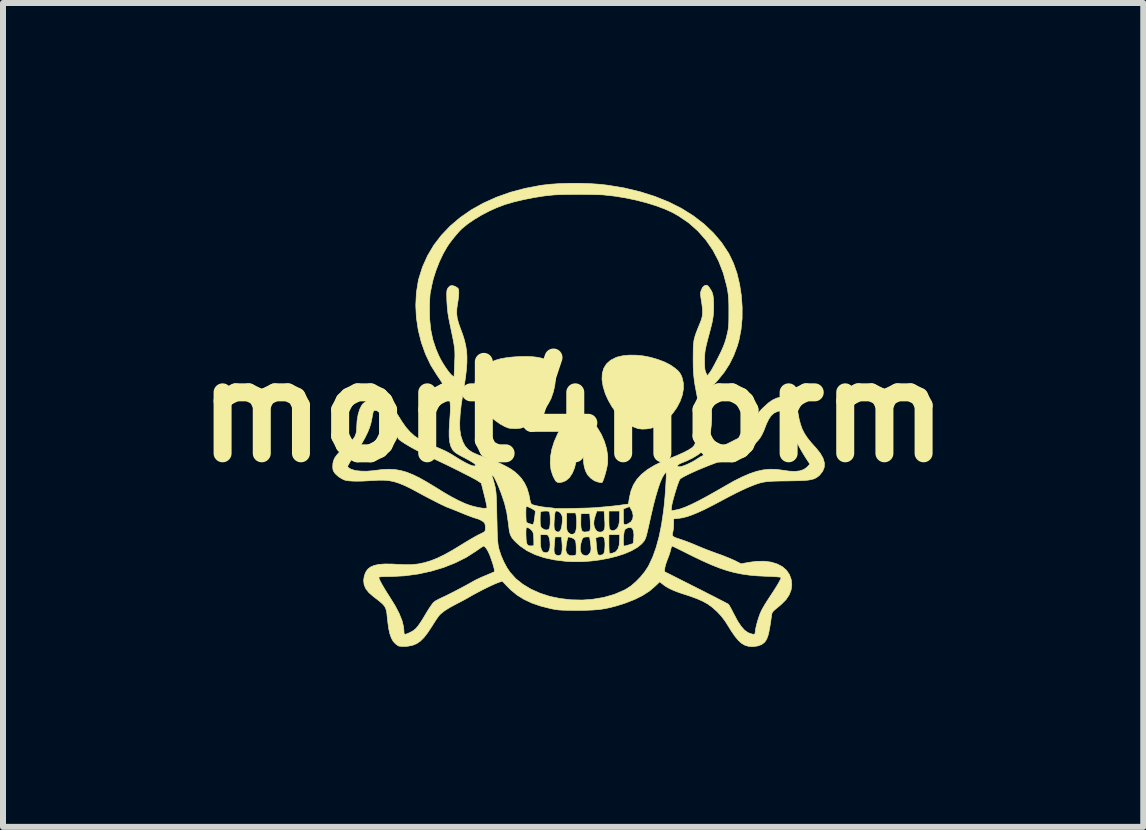
<source format=kicad_pcb>
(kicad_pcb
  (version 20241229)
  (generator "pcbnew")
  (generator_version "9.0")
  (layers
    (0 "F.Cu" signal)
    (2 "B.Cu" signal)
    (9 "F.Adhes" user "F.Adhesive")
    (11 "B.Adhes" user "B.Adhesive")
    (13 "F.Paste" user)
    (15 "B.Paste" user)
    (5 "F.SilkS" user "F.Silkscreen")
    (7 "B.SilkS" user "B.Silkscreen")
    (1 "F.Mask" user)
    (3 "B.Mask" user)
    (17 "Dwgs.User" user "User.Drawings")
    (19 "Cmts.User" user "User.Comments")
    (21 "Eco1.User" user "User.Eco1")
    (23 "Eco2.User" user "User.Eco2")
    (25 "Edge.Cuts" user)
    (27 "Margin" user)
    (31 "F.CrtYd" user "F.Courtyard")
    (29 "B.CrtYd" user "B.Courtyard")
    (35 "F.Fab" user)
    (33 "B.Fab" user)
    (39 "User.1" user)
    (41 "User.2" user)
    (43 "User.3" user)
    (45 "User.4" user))
  (footprint "mort4norm"
    (layer "F.Cu")
    (at 6.502 3.816)
    (property "Reference" "mort4norm" (at 0 0 0) (layer "F.SilkS") (effects (font (size 1.524 1.524) (thickness 0.3))))
    (attr through_hole)
    (fp_poly (pts (xy 0.009 0.079) (xy 0.021 0.101) (xy 0.033 0.14) (xy 0.043 0.199) (xy 0.052 0.278) (xy 0.062 0.38) (xy 0.064 0.404) (xy 0.072 0.555) (xy 0.067 0.695) (xy 0.051 0.82) (xy 0.025 0.929) (xy -0.012 1.02) (xy -0.059 1.092) (xy -0.115 1.141) (xy -0.121 1.145) (xy -0.172 1.167) (xy -0.221 1.177) (xy -0.261 1.172) (xy -0.282 1.16) (xy -0.299 1.136) (xy -0.32 1.098) (xy -0.338 1.06) (xy -0.368 0.967) (xy -0.381 0.86) (xy -0.376 0.743) (xy -0.354 0.62) (xy -0.315 0.496) (xy -0.261 0.373) (xy -0.246 0.344) (xy -0.198 0.264) (xy -0.145 0.191) (xy -0.092 0.131) (xy -0.042 0.088) (xy -0.024 0.076) (xy -0.006 0.071) (xy 0.009 0.079)) (stroke (width 0.01) (type solid)) (fill yes) (layer "F.SilkS"))
    (fp_poly (pts (xy 0.203 0.07) (xy 0.233 0.088) (xy 0.249 0.1) (xy 0.332 0.174) (xy 0.407 0.268) (xy 0.471 0.375) (xy 0.522 0.492) (xy 0.558 0.612) (xy 0.577 0.731) (xy 0.577 0.844) (xy 0.574 0.866) (xy 0.564 0.921) (xy 0.55 0.981) (xy 0.534 1.041) (xy 0.517 1.096) (xy 0.501 1.141) (xy 0.487 1.17) (xy 0.477 1.18) (xy 0.457 1.176) (xy 0.423 1.17) (xy 0.416 1.169) (xy 0.356 1.147) (xy 0.296 1.106) (xy 0.247 1.055) (xy 0.234 1.034) (xy 0.214 0.997) (xy 0.199 0.957) (xy 0.186 0.911) (xy 0.177 0.857) (xy 0.171 0.79) (xy 0.168 0.708) (xy 0.166 0.609) (xy 0.166 0.488) (xy 0.167 0.429) (xy 0.169 0.31) (xy 0.171 0.216) (xy 0.174 0.145) (xy 0.177 0.097) (xy 0.182 0.07) (xy 0.185 0.064) (xy 0.203 0.07)) (stroke (width 0.01) (type solid)) (fill yes) (layer "F.SilkS"))
    (fp_poly (pts (xy 1.052 -0.946) (xy 1.17 -0.934) (xy 1.283 -0.912) (xy 1.291 -0.91) (xy 1.417 -0.873) (xy 1.523 -0.833) (xy 1.614 -0.787) (xy 1.693 -0.733) (xy 1.695 -0.731) (xy 1.743 -0.692) (xy 1.775 -0.656) (xy 1.799 -0.615) (xy 1.816 -0.574) (xy 1.838 -0.482) (xy 1.839 -0.383) (xy 1.82 -0.28) (xy 1.783 -0.177) (xy 1.73 -0.075) (xy 1.663 0.02) (xy 1.583 0.106) (xy 1.492 0.18) (xy 1.392 0.238) (xy 1.364 0.251) (xy 1.299 0.271) (xy 1.225 0.283) (xy 1.151 0.286) (xy 1.089 0.279) (xy 1.087 0.279) (xy 1.019 0.255) (xy 0.944 0.217) (xy 0.874 0.172) (xy 0.854 0.156) (xy 0.783 0.089) (xy 0.711 0.003) (xy 0.644 -0.094) (xy 0.586 -0.196) (xy 0.54 -0.296) (xy 0.538 -0.301) (xy 0.5 -0.426) (xy 0.482 -0.54) (xy 0.486 -0.64) (xy 0.511 -0.727) (xy 0.557 -0.801) (xy 0.624 -0.861) (xy 0.711 -0.906) (xy 0.739 -0.916) (xy 0.83 -0.937) (xy 0.936 -0.947) (xy 1.052 -0.946)) (stroke (width 0.01) (type solid)) (fill yes) (layer "F.SilkS"))
    (fp_poly (pts (xy -0.683 -0.921) (xy -0.593 -0.911) (xy -0.52 -0.895) (xy -0.502 -0.889) (xy -0.431 -0.853) (xy -0.371 -0.803) (xy -0.326 -0.745) (xy -0.308 -0.703) (xy -0.295 -0.627) (xy -0.294 -0.537) (xy -0.306 -0.437) (xy -0.329 -0.335) (xy -0.363 -0.237) (xy -0.369 -0.221) (xy -0.412 -0.138) (xy -0.47 -0.05) (xy -0.535 0.034) (xy -0.601 0.106) (xy -0.627 0.13) (xy -0.713 0.197) (xy -0.791 0.242) (xy -0.867 0.269) (xy -0.946 0.278) (xy -0.959 0.278) (xy -1.009 0.276) (xy -1.054 0.272) (xy -1.081 0.267) (xy -1.144 0.241) (xy -1.215 0.201) (xy -1.288 0.151) (xy -1.355 0.096) (xy -1.359 0.093) (xy -1.45 -0.004) (xy -1.525 -0.109) (xy -1.582 -0.217) (xy -1.62 -0.326) (xy -1.635 -0.433) (xy -1.634 -0.498) (xy -1.612 -0.593) (xy -1.568 -0.677) (xy -1.501 -0.749) (xy -1.412 -0.81) (xy -1.3 -0.86) (xy -1.287 -0.864) (xy -1.206 -0.887) (xy -1.11 -0.904) (xy -1.004 -0.916) (xy -0.894 -0.923) (xy -0.786 -0.925) (xy -0.683 -0.921)) (stroke (width 0.01) (type solid)) (fill yes) (layer "F.SilkS"))
    (fp_poly (pts (xy 0.117 -3.811) (xy 0.288 -3.805) (xy 0.45 -3.794) (xy 0.578 -3.779) (xy 0.855 -3.733) (xy 1.117 -3.67) (xy 1.364 -3.592) (xy 1.595 -3.499) (xy 1.809 -3.391) (xy 2.004 -3.269) (xy 2.181 -3.133) (xy 2.338 -2.984) (xy 2.475 -2.823) (xy 2.589 -2.65) (xy 2.601 -2.629) (xy 2.673 -2.478) (xy 2.732 -2.31) (xy 2.775 -2.129) (xy 2.804 -1.941) (xy 2.818 -1.749) (xy 2.817 -1.558) (xy 2.799 -1.372) (xy 2.765 -1.197) (xy 2.737 -1.099) (xy 2.677 -0.94) (xy 2.606 -0.797) (xy 2.519 -0.662) (xy 2.412 -0.529) (xy 2.387 -0.502) (xy 2.334 -0.444) (xy 2.297 -0.4) (xy 2.272 -0.368) (xy 2.258 -0.343) (xy 2.254 -0.321) (xy 2.258 -0.298) (xy 2.267 -0.269) (xy 2.274 -0.251) (xy 2.291 -0.182) (xy 2.303 -0.095) (xy 2.31 0.005) (xy 2.31 0.11) (xy 2.304 0.213) (xy 2.293 0.31) (xy 2.287 0.343) (xy 2.269 0.428) (xy 2.253 0.494) (xy 2.237 0.543) (xy 2.219 0.581) (xy 2.198 0.612) (xy 2.17 0.641) (xy 2.154 0.657) (xy 2.082 0.713) (xy 1.993 0.767) (xy 1.895 0.815) (xy 1.826 0.843) (xy 1.78 0.862) (xy 1.75 0.882) (xy 1.739 0.899) (xy 1.747 0.91) (xy 1.774 0.914) (xy 1.809 0.908) (xy 1.86 0.891) (xy 1.918 0.866) (xy 1.979 0.836) (xy 2.034 0.805) (xy 2.069 0.782) (xy 2.117 0.751) (xy 2.175 0.721) (xy 2.217 0.702) (xy 2.258 0.685) (xy 2.316 0.658) (xy 2.382 0.626) (xy 2.451 0.592) (xy 2.474 0.581) (xy 2.546 0.543) (xy 2.622 0.505) (xy 2.693 0.469) (xy 2.752 0.44) (xy 2.762 0.435) (xy 2.814 0.408) (xy 2.858 0.384) (xy 2.89 0.365) (xy 2.9 0.358) (xy 2.913 0.339) (xy 2.935 0.302) (xy 2.962 0.252) (xy 2.992 0.194) (xy 2.999 0.178) (xy 3.033 0.111) (xy 3.06 0.06) (xy 3.086 0.02) (xy 3.116 -0.017) (xy 3.153 -0.056) (xy 3.179 -0.081) (xy 3.255 -0.15) (xy 3.325 -0.199) (xy 3.394 -0.231) (xy 3.465 -0.248) (xy 3.505 -0.251) (xy 3.554 -0.253) (xy 3.588 -0.248) (xy 3.617 -0.236) (xy 3.632 -0.226) (xy 3.681 -0.179) (xy 3.717 -0.109) (xy 3.743 -0.017) (xy 3.746 0.004) (xy 3.766 0.113) (xy 3.79 0.205) (xy 3.819 0.286) (xy 3.858 0.362) (xy 3.908 0.437) (xy 3.973 0.517) (xy 4.047 0.599) (xy 4.119 0.688) (xy 4.166 0.771) (xy 4.189 0.85) (xy 4.186 0.923) (xy 4.159 0.991) (xy 4.107 1.055) (xy 4.101 1.06) (xy 4.073 1.083) (xy 4.043 1.102) (xy 4.008 1.117) (xy 3.966 1.128) (xy 3.913 1.137) (xy 3.845 1.142) (xy 3.761 1.146) (xy 3.657 1.148) (xy 3.569 1.15) (xy 3.456 1.151) (xy 3.364 1.153) (xy 3.288 1.157) (xy 3.226 1.162) (xy 3.173 1.17) (xy 3.124 1.181) (xy 3.076 1.195) (xy 3.024 1.214) (xy 2.983 1.23) (xy 2.903 1.263) (xy 2.818 1.302) (xy 2.723 1.348) (xy 2.615 1.403) (xy 2.49 1.469) (xy 2.457 1.487) (xy 2.313 1.563) (xy 2.187 1.627) (xy 2.077 1.677) (xy 1.982 1.716) (xy 1.898 1.745) (xy 1.823 1.764) (xy 1.756 1.774) (xy 1.676 1.782) (xy 1.676 1.863) (xy 1.674 1.918) (xy 1.668 1.973) (xy 1.662 2.003) (xy 1.655 2.034) (xy 1.655 2.056) (xy 1.666 2.073) (xy 1.691 2.089) (xy 1.733 2.105) (xy 1.796 2.125) (xy 1.8 2.127) (xy 1.857 2.146) (xy 1.928 2.173) (xy 2.003 2.203) (xy 2.064 2.229) (xy 2.135 2.259) (xy 2.22 2.293) (xy 2.31 2.327) (xy 2.394 2.358) (xy 2.406 2.362) (xy 2.482 2.389) (xy 2.558 2.419) (xy 2.628 2.448) (xy 2.684 2.473) (xy 2.698 2.479) (xy 2.8 2.531) (xy 2.921 2.508) (xy 3.059 2.49) (xy 3.186 2.488) (xy 3.301 2.503) (xy 3.402 2.534) (xy 3.488 2.579) (xy 3.556 2.638) (xy 3.606 2.711) (xy 3.636 2.795) (xy 3.645 2.879) (xy 3.634 2.965) (xy 3.602 3.048) (xy 3.548 3.129) (xy 3.469 3.208) (xy 3.422 3.248) (xy 3.374 3.287) (xy 3.342 3.315) (xy 3.324 3.337) (xy 3.314 3.358) (xy 3.309 3.383) (xy 3.309 3.383) (xy 3.293 3.498) (xy 3.278 3.591) (xy 3.264 3.665) (xy 3.25 3.723) (xy 3.234 3.768) (xy 3.217 3.803) (xy 3.197 3.832) (xy 3.19 3.84) (xy 3.143 3.876) (xy 3.078 3.9) (xy 3.001 3.911) (xy 2.985 3.911) (xy 2.921 3.906) (xy 2.863 3.888) (xy 2.809 3.857) (xy 2.755 3.808) (xy 2.699 3.741) (xy 2.639 3.654) (xy 2.598 3.588) (xy 2.534 3.487) (xy 2.471 3.404) (xy 2.403 3.331) (xy 2.324 3.26) (xy 2.309 3.248) (xy 2.242 3.2) (xy 2.163 3.156) (xy 2.068 3.114) (xy 1.954 3.072) (xy 1.88 3.048) (xy 1.767 3.011) (xy 1.676 2.976) (xy 1.603 2.942) (xy 1.542 2.907) (xy 1.5 2.876) (xy 1.444 2.831) (xy 1.373 2.899) (xy 1.274 2.984) (xy 1.16 3.058) (xy 1.028 3.124) (xy 0.875 3.184) (xy 0.83 3.199) (xy 0.721 3.233) (xy 0.622 3.259) (xy 0.529 3.279) (xy 0.434 3.293) (xy 0.332 3.301) (xy 0.217 3.306) (xy 0.083 3.308) (xy 0.07 3.308) (xy -0.031 3.307) (xy -0.111 3.306) (xy -0.175 3.304) (xy -0.228 3.301) (xy -0.274 3.296) (xy -0.317 3.289) (xy -0.363 3.28) (xy -0.368 3.279) (xy -0.539 3.236) (xy -0.687 3.185) (xy -0.818 3.124) (xy -0.934 3.052) (xy -1.039 2.966) (xy -1.09 2.915) (xy -1.18 2.82) (xy -1.249 2.844) (xy -1.294 2.862) (xy -1.357 2.89) (xy -1.43 2.925) (xy -1.509 2.964) (xy -1.587 3.005) (xy -1.66 3.044) (xy -1.718 3.077) (xy -1.769 3.107) (xy -1.834 3.142) (xy -1.902 3.178) (xy -1.943 3.199) (xy -2.053 3.258) (xy -2.139 3.312) (xy -2.204 3.363) (xy -2.234 3.394) (xy -2.253 3.42) (xy -2.282 3.461) (xy -2.316 3.514) (xy -2.352 3.571) (xy -2.356 3.577) (xy -2.423 3.679) (xy -2.485 3.759) (xy -2.545 3.819) (xy -2.608 3.862) (xy -2.674 3.889) (xy -2.749 3.904) (xy -2.794 3.908) (xy -2.852 3.908) (xy -2.895 3.904) (xy -2.915 3.898) (xy -2.96 3.865) (xy -2.998 3.824) (xy -3.028 3.771) (xy -3.052 3.704) (xy -3.072 3.619) (xy -3.087 3.514) (xy -3.098 3.417) (xy -3.104 3.356) (xy -3.113 3.308) (xy -3.126 3.268) (xy -3.147 3.232) (xy -3.179 3.197) (xy -3.225 3.157) (xy -3.286 3.109) (xy -3.326 3.079) (xy -3.402 3.013) (xy -3.454 2.948) (xy -3.483 2.881) (xy -3.491 2.808) (xy -3.484 2.758) (xy -3.239 2.758) (xy -3.232 2.782) (xy -3.213 2.823) (xy -3.184 2.877) (xy -3.146 2.942) (xy -3.103 3.012) (xy -3.056 3.085) (xy -3.055 3.087) (xy -2.966 3.23) (xy -2.898 3.361) (xy -2.851 3.479) (xy -2.825 3.585) (xy -2.819 3.658) (xy -2.818 3.689) (xy -2.809 3.704) (xy -2.789 3.705) (xy -2.754 3.692) (xy -2.724 3.678) (xy -2.686 3.659) (xy -2.653 3.637) (xy -2.621 3.61) (xy -2.59 3.574) (xy -2.555 3.526) (xy -2.514 3.464) (xy -2.466 3.384) (xy -2.437 3.335) (xy -2.402 3.279) (xy -2.368 3.229) (xy -2.339 3.189) (xy -2.318 3.167) (xy -2.289 3.147) (xy -2.244 3.123) (xy -2.192 3.097) (xy -2.172 3.088) (xy -2.116 3.062) (xy -2.044 3.026) (xy -1.958 2.982) (xy -1.865 2.933) (xy -1.768 2.881) (xy -1.673 2.828) (xy -1.645 2.812) (xy -1.605 2.792) (xy -1.55 2.766) (xy -1.49 2.739) (xy -1.454 2.725) (xy -1.401 2.702) (xy -1.356 2.683) (xy -1.325 2.67) (xy -1.314 2.664) (xy -1.31 2.648) (xy -1.316 2.611) (xy -1.33 2.557) (xy -1.352 2.489) (xy -1.38 2.409) (xy -1.388 2.388) (xy -1.41 2.338) (xy -1.435 2.292) (xy -1.461 2.257) (xy -1.482 2.237) (xy -1.489 2.235) (xy -1.504 2.242) (xy -1.535 2.261) (xy -1.576 2.29) (xy -1.618 2.319) (xy -1.78 2.423) (xy -1.962 2.514) (xy -2.158 2.592) (xy -2.366 2.654) (xy -2.582 2.701) (xy -2.802 2.731) (xy -3.021 2.743) (xy -3.048 2.743) (xy -3.128 2.744) (xy -3.184 2.746) (xy -3.22 2.749) (xy -3.236 2.755) (xy -3.239 2.758) (xy -3.484 2.758) (xy -3.481 2.739) (xy -3.46 2.676) (xy -3.426 2.625) (xy -3.379 2.586) (xy -3.317 2.559) (xy -3.237 2.541) (xy -3.137 2.534) (xy -3.016 2.535) (xy -2.935 2.54) (xy -2.809 2.546) (xy -2.693 2.545) (xy -2.584 2.534) (xy -2.478 2.512) (xy -2.371 2.48) (xy -2.259 2.435) (xy -2.14 2.377) (xy -2.009 2.304) (xy -1.863 2.215) (xy -1.848 2.206) (xy -1.778 2.163) (xy -1.708 2.121) (xy -1.645 2.085) (xy -1.593 2.056) (xy -1.563 2.041) (xy -1.52 2.021) (xy -1.487 2.002) (xy -1.471 1.99) (xy -1.47 1.989) (xy -1.463 1.963) (xy -1.461 1.923) (xy -1.465 1.883) (xy -1.474 1.853) (xy -1.497 1.829) (xy -1.538 1.804) (xy -1.588 1.782) (xy -1.626 1.771) (xy -1.652 1.763) (xy -1.697 1.747) (xy -1.756 1.725) (xy -1.821 1.699) (xy -1.861 1.683) (xy -1.927 1.655) (xy -1.988 1.631) (xy -2.038 1.611) (xy -2.072 1.598) (xy -2.083 1.594) (xy -2.113 1.582) (xy -2.162 1.559) (xy -2.227 1.528) (xy -2.305 1.488) (xy -2.393 1.443) (xy -2.488 1.393) (xy -2.586 1.34) (xy -2.598 1.333) (xy -2.715 1.271) (xy -2.815 1.223) (xy -2.905 1.187) (xy -2.987 1.161) (xy -3.068 1.145) (xy -3.152 1.138) (xy -3.244 1.138) (xy -3.349 1.144) (xy -3.357 1.144) (xy -3.437 1.149) (xy -3.521 1.153) (xy -3.6 1.154) (xy -3.664 1.153) (xy -3.665 1.153) (xy -3.727 1.149) (xy -3.772 1.144) (xy -3.808 1.135) (xy -3.842 1.12) (xy -3.86 1.11) (xy -3.906 1.081) (xy -3.948 1.045) (xy -3.968 1.025) (xy -3.991 0.991) (xy -4.003 0.959) (xy -4.006 0.917) (xy -4.006 0.91) (xy -3.759 0.91) (xy -3.748 0.925) (xy -3.721 0.944) (xy -3.699 0.955) (xy -3.631 0.976) (xy -3.544 0.986) (xy -3.442 0.988) (xy -3.329 0.979) (xy -3.286 0.973) (xy -3.172 0.959) (xy -3.068 0.955) (xy -2.969 0.96) (xy -2.871 0.977) (xy -2.772 1.005) (xy -2.668 1.047) (xy -2.555 1.102) (xy -2.43 1.173) (xy -2.298 1.253) (xy -2.156 1.341) (xy -2.03 1.414) (xy -1.917 1.473) (xy -1.816 1.52) (xy -1.756 1.544) (xy -1.705 1.561) (xy -1.646 1.577) (xy -1.586 1.591) (xy -1.531 1.601) (xy -1.488 1.606) (xy -1.463 1.605) (xy -1.44 1.601) (xy -1.436 1.6) (xy -1.435 1.589) (xy -1.441 1.556) (xy -1.451 1.508) (xy -1.465 1.446) (xy -1.478 1.394) (xy -1.53 1.188) (xy -1.594 1.145) (xy -1.622 1.128) (xy -1.669 1.103) (xy -1.732 1.069) (xy -1.753 1.059) (xy -1.353 1.059) (xy -1.349 1.077) (xy -1.347 1.082) (xy -1.338 1.107) (xy -1.325 1.15) (xy -1.311 1.202) (xy -1.307 1.219) (xy -1.299 1.251) (xy -1.293 1.284) (xy -1.288 1.32) (xy -1.283 1.364) (xy -1.28 1.417) (xy -1.277 1.485) (xy -1.274 1.568) (xy -1.272 1.672) (xy -1.27 1.759) (xy -1.267 1.878) (xy -1.265 1.976) (xy -1.262 2.054) (xy -1.259 2.116) (xy -1.255 2.166) (xy -1.251 2.206) (xy -1.246 2.239) (xy -1.239 2.269) (xy -1.234 2.29) (xy -1.2 2.394) (xy -1.154 2.5) (xy -1.101 2.598) (xy -1.05 2.673) (xy -0.954 2.78) (xy -0.837 2.873) (xy -0.702 2.954) (xy -0.552 3.021) (xy -0.389 3.074) (xy -0.215 3.11) (xy -0.034 3.131) (xy 0.154 3.135) (xy 0.315 3.124) (xy 0.509 3.092) (xy 0.687 3.041) (xy 0.852 2.97) (xy 0.887 2.951) (xy 0.965 2.9) (xy 1.046 2.83) (xy 1.125 2.749) (xy 1.196 2.662) (xy 1.196 2.661) (xy 1.522 2.661) (xy 2.047 2.926) (xy 2.154 2.98) (xy 2.255 3.032) (xy 2.347 3.078) (xy 2.427 3.12) (xy 2.494 3.154) (xy 2.545 3.181) (xy 2.578 3.198) (xy 2.589 3.205) (xy 2.601 3.221) (xy 2.621 3.256) (xy 2.647 3.304) (xy 2.676 3.361) (xy 2.685 3.377) (xy 2.743 3.487) (xy 2.8 3.572) (xy 2.855 3.635) (xy 2.91 3.675) (xy 2.937 3.687) (xy 2.986 3.703) (xy 3.015 3.707) (xy 3.03 3.698) (xy 3.035 3.677) (xy 3.035 3.672) (xy 3.04 3.628) (xy 3.053 3.568) (xy 3.071 3.498) (xy 3.093 3.427) (xy 3.117 3.361) (xy 3.141 3.306) (xy 3.142 3.305) (xy 3.166 3.261) (xy 3.201 3.202) (xy 3.242 3.137) (xy 3.285 3.072) (xy 3.294 3.058) (xy 3.345 2.98) (xy 3.39 2.909) (xy 3.427 2.847) (xy 3.452 2.799) (xy 3.466 2.767) (xy 3.467 2.758) (xy 3.455 2.754) (xy 3.421 2.75) (xy 3.37 2.746) (xy 3.305 2.742) (xy 3.229 2.739) (xy 3.216 2.739) (xy 3.072 2.732) (xy 2.938 2.72) (xy 2.812 2.702) (xy 2.689 2.677) (xy 2.566 2.644) (xy 2.439 2.601) (xy 2.305 2.548) (xy 2.159 2.483) (xy 1.998 2.406) (xy 1.894 2.354) (xy 1.823 2.318) (xy 1.76 2.287) (xy 1.708 2.261) (xy 1.671 2.244) (xy 1.652 2.236) (xy 1.65 2.235) (xy 1.642 2.246) (xy 1.632 2.275) (xy 1.627 2.296) (xy 1.616 2.337) (xy 1.598 2.392) (xy 1.577 2.447) (xy 1.575 2.451) (xy 1.555 2.505) (xy 1.538 2.558) (xy 1.529 2.6) (xy 1.529 2.603) (xy 1.522 2.661) (xy 1.196 2.661) (xy 1.253 2.575) (xy 1.261 2.559) (xy 1.327 2.419) (xy 1.384 2.259) (xy 1.433 2.08) (xy 1.474 1.879) (xy 1.507 1.656) (xy 1.508 1.648) (xy 1.635 1.648) (xy 1.697 1.637) (xy 1.745 1.627) (xy 1.791 1.615) (xy 1.803 1.611) (xy 1.88 1.582) (xy 1.977 1.539) (xy 2.093 1.481) (xy 2.228 1.409) (xy 2.381 1.323) (xy 2.527 1.239) (xy 2.68 1.152) (xy 2.818 1.083) (xy 2.943 1.029) (xy 3.059 0.99) (xy 3.168 0.966) (xy 3.273 0.955) (xy 3.378 0.956) (xy 3.484 0.97) (xy 3.486 0.97) (xy 3.603 0.987) (xy 3.7 0.991) (xy 3.779 0.982) (xy 3.843 0.96) (xy 3.894 0.925) (xy 3.903 0.916) (xy 3.947 0.87) (xy 3.872 0.756) (xy 3.831 0.689) (xy 3.782 0.605) (xy 3.729 0.506) (xy 3.673 0.399) (xy 3.617 0.287) (xy 3.563 0.176) (xy 3.541 0.128) (xy 3.516 0.074) (xy 3.494 0.029) (xy 3.477 -0.003) (xy 3.469 -0.015) (xy 3.453 -0.018) (xy 3.421 -0.012) (xy 3.4 -0.005) (xy 3.347 0.02) (xy 3.302 0.061) (xy 3.262 0.119) (xy 3.223 0.199) (xy 3.208 0.239) (xy 3.175 0.322) (xy 3.144 0.386) (xy 3.113 0.437) (xy 3.078 0.481) (xy 3.034 0.522) (xy 3.012 0.541) (xy 2.949 0.587) (xy 2.871 0.635) (xy 2.776 0.684) (xy 2.661 0.736) (xy 2.526 0.792) (xy 2.369 0.852) (xy 2.269 0.89) (xy 2.17 0.93) (xy 2.076 0.969) (xy 1.989 1.008) (xy 1.913 1.044) (xy 1.851 1.075) (xy 1.806 1.101) (xy 1.782 1.12) (xy 1.781 1.12) (xy 1.769 1.143) (xy 1.753 1.184) (xy 1.733 1.24) (xy 1.713 1.304) (xy 1.692 1.373) (xy 1.673 1.44) (xy 1.657 1.501) (xy 1.646 1.549) (xy 1.642 1.577) (xy 1.635 1.648) (xy 1.508 1.648) (xy 1.517 1.568) (xy 1.524 1.498) (xy 1.531 1.421) (xy 1.537 1.34) (xy 1.543 1.259) (xy 1.547 1.184) (xy 1.551 1.117) (xy 1.553 1.062) (xy 1.553 1.025) (xy 1.551 1.009) (xy 1.551 1.009) (xy 1.541 1.015) (xy 1.522 1.035) (xy 1.516 1.044) (xy 1.485 1.097) (xy 1.451 1.176) (xy 1.416 1.279) (xy 1.378 1.406) (xy 1.338 1.558) (xy 1.297 1.734) (xy 1.276 1.828) (xy 1.255 1.923) (xy 1.238 1.996) (xy 1.224 2.052) (xy 1.211 2.094) (xy 1.198 2.125) (xy 1.184 2.15) (xy 1.167 2.172) (xy 1.145 2.195) (xy 1.137 2.204) (xy 1.065 2.261) (xy 0.972 2.314) (xy 0.861 2.362) (xy 0.734 2.403) (xy 0.596 2.438) (xy 0.448 2.466) (xy 0.296 2.485) (xy 0.142 2.496) (xy -0.01 2.496) (xy -0.119 2.49) (xy -0.311 2.466) (xy -0.483 2.429) (xy -0.636 2.377) (xy -0.771 2.311) (xy -0.888 2.23) (xy -0.953 2.171) (xy -0.991 2.132) (xy -1.02 2.096) (xy -1.04 2.059) (xy -1.05 2.032) (xy -0.786 2.032) (xy -0.785 2.067) (xy -0.782 2.137) (xy -0.774 2.185) (xy -0.762 2.214) (xy -0.743 2.229) (xy -0.715 2.233) (xy -0.7 2.233) (xy -0.654 2.229) (xy -0.655 2.123) (xy -0.658 2.065) (xy -0.66 2.045) (xy -0.546 2.045) (xy -0.546 2.153) (xy -0.542 2.235) (xy -0.529 2.294) (xy -0.507 2.329) (xy -0.486 2.341) (xy -0.446 2.347) (xy -0.42 2.338) (xy -0.4 2.311) (xy -0.399 2.309) (xy -0.396 2.298) (xy -0.318 2.298) (xy -0.315 2.335) (xy -0.308 2.36) (xy -0.295 2.376) (xy -0.289 2.381) (xy -0.262 2.393) (xy -0.244 2.394) (xy -0.221 2.388) (xy -0.216 2.388) (xy -0.2 2.376) (xy -0.188 2.342) (xy -0.184 2.31) (xy -0.121 2.31) (xy -0.12 2.315) (xy -0.1 2.363) (xy -0.065 2.391) (xy -0.018 2.397) (xy -0.01 2.396) (xy 0.023 2.391) (xy 0.044 2.385) (xy 0.046 2.384) (xy 0.05 2.368) (xy 0.052 2.333) (xy 0.052 2.288) (xy 0.052 2.275) (xy 0.118 2.275) (xy 0.125 2.33) (xy 0.147 2.369) (xy 0.163 2.381) (xy 0.204 2.397) (xy 0.235 2.394) (xy 0.263 2.372) (xy 0.284 2.345) (xy 0.295 2.317) (xy 0.299 2.282) (xy 0.296 2.232) (xy 0.29 2.189) (xy 0.278 2.099) (xy 0.378 2.099) (xy 0.386 2.196) (xy 0.393 2.269) (xy 0.399 2.321) (xy 0.405 2.355) (xy 0.413 2.375) (xy 0.424 2.384) (xy 0.439 2.387) (xy 0.451 2.388) (xy 0.484 2.382) (xy 0.507 2.369) (xy 0.508 2.369) (xy 0.518 2.343) (xy 0.527 2.3) (xy 0.531 2.247) (xy 0.532 2.192) (xy 0.528 2.143) (xy 0.52 2.106) (xy 0.508 2.088) (xy 0.487 2.079) (xy 0.486 2.079) (xy 0.45 2.079) (xy 0.415 2.086) (xy 0.378 2.099) (xy 0.278 2.099) (xy 0.276 2.083) (xy 0.222 2.083) (xy 0.19 2.086) (xy 0.167 2.097) (xy 0.151 2.122) (xy 0.137 2.164) (xy 0.126 2.207) (xy 0.118 2.275) (xy 0.052 2.275) (xy 0.051 2.239) (xy 0.048 2.193) (xy 0.043 2.158) (xy 0.04 2.146) (xy 0.017 2.116) (xy -0.024 2.096) (xy -0.057 2.087) (xy -0.079 2.084) (xy -0.083 2.085) (xy -0.091 2.104) (xy -0.1 2.141) (xy -0.109 2.187) (xy -0.116 2.236) (xy -0.12 2.28) (xy -0.121 2.31) (xy -0.184 2.31) (xy -0.182 2.291) (xy -0.182 2.224) (xy -0.184 2.197) (xy -0.193 2.083) (xy -0.301 2.083) (xy -0.309 2.169) (xy -0.315 2.244) (xy -0.318 2.298) (xy -0.396 2.298) (xy -0.387 2.268) (xy -0.383 2.213) (xy -0.387 2.152) (xy -0.399 2.096) (xy -0.405 2.08) (xy -0.416 2.059) (xy -0.432 2.048) (xy -0.462 2.045) (xy -0.482 2.045) (xy 0.597 2.045) (xy 0.597 2.195) (xy 0.598 2.254) (xy 0.6 2.304) (xy 0.602 2.339) (xy 0.606 2.354) (xy 0.626 2.359) (xy 0.657 2.353) (xy 0.692 2.341) (xy 0.716 2.326) (xy 0.749 2.281) (xy 0.769 2.216) (xy 0.772 2.168) (xy 0.838 2.168) (xy 0.841 2.207) (xy 0.846 2.231) (xy 0.851 2.235) (xy 0.872 2.232) (xy 0.907 2.222) (xy 0.934 2.214) (xy 1.001 2.193) (xy 1.009 2.126) (xy 1.014 2.053) (xy 1.008 1.994) (xy 0.993 1.952) (xy 0.97 1.93) (xy 0.927 1.926) (xy 0.885 1.943) (xy 0.863 1.962) (xy 0.854 1.984) (xy 0.847 2.022) (xy 0.842 2.069) (xy 0.839 2.12) (xy 0.838 2.168) (xy 0.772 2.168) (xy 0.775 2.134) (xy 0.775 2.045) (xy 0.597 2.045) (xy -0.482 2.045) (xy -0.546 2.045) (xy -0.66 2.045) (xy -0.663 2.026) (xy -0.673 1.998) (xy -0.682 1.983) (xy -0.71 1.954) (xy -0.741 1.933) (xy -0.767 1.925) (xy -0.779 1.93) (xy -0.783 1.946) (xy -0.786 1.982) (xy -0.786 2.032) (xy -1.05 2.032) (xy -1.055 2.016) (xy -1.066 1.961) (xy -1.075 1.888) (xy -1.08 1.848) (xy -1.104 1.682) (xy -1.107 1.668) (xy -0.787 1.668) (xy -0.787 1.719) (xy -0.785 1.768) (xy -0.783 1.809) (xy -0.779 1.834) (xy -0.778 1.837) (xy -0.76 1.85) (xy -0.728 1.863) (xy -0.694 1.872) (xy -0.668 1.875) (xy -0.667 1.874) (xy -0.659 1.861) (xy -0.651 1.829) (xy -0.645 1.796) (xy -0.549 1.796) (xy -0.548 1.851) (xy -0.545 1.887) (xy -0.539 1.91) (xy -0.529 1.927) (xy -0.515 1.94) (xy -0.475 1.963) (xy -0.437 1.968) (xy -0.407 1.956) (xy -0.393 1.936) (xy -0.387 1.903) (xy -0.385 1.888) (xy -0.318 1.888) (xy -0.315 1.935) (xy -0.306 1.966) (xy -0.292 1.985) (xy -0.289 1.987) (xy -0.254 2.003) (xy -0.227 1.994) (xy -0.205 1.963) (xy -0.193 1.925) (xy -0.184 1.872) (xy -0.179 1.814) (xy -0.179 1.763) (xy -0.183 1.734) (xy -0.202 1.693) (xy -0.213 1.683) (xy -0.108 1.683) (xy -0.108 1.831) (xy -0.108 1.895) (xy -0.106 1.939) (xy -0.102 1.968) (xy -0.095 1.988) (xy -0.085 2.004) (xy -0.077 2.012) (xy -0.04 2.039) (xy -0.004 2.042) (xy 0.027 2.02) (xy 0.035 2.01) (xy 0.047 1.977) (xy 0.056 1.926) (xy 0.059 1.88) (xy 0.128 1.88) (xy 0.133 1.937) (xy 0.144 1.974) (xy 0.162 1.995) (xy 0.188 2.002) (xy 0.222 1.999) (xy 0.25 1.995) (xy 0.262 1.994) (xy 0.278 1.982) (xy 0.287 1.945) (xy 0.289 1.886) (xy 0.288 1.864) (xy 0.344 1.864) (xy 0.354 1.919) (xy 0.361 1.936) (xy 0.388 1.98) (xy 0.425 2.001) (xy 0.463 2.003) (xy 0.498 1.992) (xy 0.518 1.965) (xy 0.526 1.94) (xy 0.53 1.904) (xy 0.53 1.852) (xy 0.526 1.79) (xy 0.517 1.651) (xy 0.597 1.651) (xy 0.597 1.796) (xy 0.598 1.863) (xy 0.6 1.909) (xy 0.605 1.939) (xy 0.613 1.957) (xy 0.617 1.961) (xy 0.644 1.979) (xy 0.676 1.977) (xy 0.702 1.967) (xy 0.736 1.94) (xy 0.759 1.894) (xy 0.772 1.826) (xy 0.775 1.759) (xy 0.775 1.651) (xy 0.597 1.651) (xy 0.517 1.651) (xy 0.396 1.651) (xy 0.369 1.73) (xy 0.349 1.804) (xy 0.344 1.864) (xy 0.288 1.864) (xy 0.285 1.81) (xy 0.277 1.695) (xy 0.204 1.695) (xy 0.131 1.695) (xy 0.129 1.801) (xy 0.128 1.88) (xy 0.059 1.88) (xy 0.06 1.864) (xy 0.059 1.798) (xy 0.053 1.736) (xy 0.052 1.733) (xy 0.044 1.683) (xy -0.108 1.683) (xy -0.213 1.683) (xy -0.234 1.663) (xy -0.27 1.651) (xy -0.271 1.651) (xy -0.287 1.653) (xy -0.297 1.663) (xy -0.303 1.686) (xy -0.308 1.728) (xy -0.309 1.737) (xy -0.316 1.823) (xy -0.318 1.888) (xy -0.385 1.888) (xy -0.382 1.854) (xy -0.381 1.798) (xy -0.383 1.742) (xy -0.388 1.696) (xy -0.389 1.691) (xy -0.395 1.668) (xy -0.406 1.656) (xy -0.429 1.652) (xy -0.464 1.651) (xy -0.504 1.654) (xy -0.533 1.66) (xy -0.541 1.666) (xy -0.545 1.684) (xy -0.548 1.722) (xy -0.549 1.771) (xy -0.549 1.796) (xy -0.645 1.796) (xy -0.643 1.783) (xy -0.641 1.764) (xy -0.635 1.715) (xy -0.631 1.675) (xy -0.631 1.652) (xy -0.631 1.649) (xy -0.645 1.637) (xy -0.672 1.62) (xy -0.679 1.617) (xy 0.838 1.617) (xy 0.838 1.748) (xy 0.839 1.811) (xy 0.842 1.852) (xy 0.85 1.873) (xy 0.865 1.88) (xy 0.89 1.874) (xy 0.92 1.862) (xy 0.966 1.83) (xy 0.993 1.785) (xy 1.001 1.73) (xy 0.99 1.669) (xy 0.972 1.631) (xy 0.94 1.577) (xy 0.889 1.597) (xy 0.838 1.617) (xy -0.679 1.617) (xy -0.707 1.601) (xy -0.742 1.585) (xy -0.769 1.574) (xy -0.78 1.572) (xy -0.784 1.588) (xy -0.786 1.622) (xy -0.787 1.668) (xy -1.107 1.668) (xy -1.143 1.52) (xy -1.199 1.354) (xy -1.205 1.34) (xy -1.246 1.236) (xy -1.281 1.156) (xy -1.31 1.099) (xy -1.332 1.066) (xy -1.343 1.057) (xy -1.353 1.059) (xy -1.753 1.059) (xy -1.808 1.031) (xy -1.892 0.988) (xy -1.981 0.944) (xy -2.072 0.899) (xy -2.161 0.856) (xy -2.244 0.817) (xy -2.292 0.794) (xy -2.413 0.737) (xy -2.527 0.681) (xy -2.631 0.627) (xy -2.723 0.576) (xy -2.8 0.53) (xy -2.86 0.491) (xy -2.9 0.46) (xy -2.91 0.45) (xy -2.925 0.426) (xy -2.945 0.387) (xy -2.965 0.34) (xy -2.966 0.337) (xy -3.012 0.237) (xy -3.065 0.152) (xy -3.122 0.084) (xy -3.18 0.038) (xy -3.184 0.036) (xy -3.221 0.014) (xy -3.248 -0.005) (xy -3.258 -0.014) (xy -3.275 -0.023) (xy -3.296 -0.025) (xy -3.311 -0.025) (xy -3.322 -0.019) (xy -3.33 -0.005) (xy -3.337 0.023) (xy -3.346 0.069) (xy -3.353 0.11) (xy -3.369 0.186) (xy -3.392 0.261) (xy -3.424 0.34) (xy -3.466 0.426) (xy -3.52 0.522) (xy -3.588 0.631) (xy -3.644 0.718) (xy -3.683 0.777) (xy -3.716 0.83) (xy -3.741 0.873) (xy -3.756 0.901) (xy -3.759 0.91) (xy -4.006 0.91) (xy -4.006 0.904) (xy -4.003 0.856) (xy -3.993 0.812) (xy -3.974 0.768) (xy -3.943 0.723) (xy -3.899 0.673) (xy -3.839 0.614) (xy -3.761 0.545) (xy -3.734 0.522) (xy -3.676 0.465) (xy -3.638 0.412) (xy -3.616 0.353) (xy -3.607 0.284) (xy -3.607 0.26) (xy -3.601 0.148) (xy -3.584 0.047) (xy -3.558 -0.041) (xy -3.524 -0.109) (xy -3.501 -0.138) (xy -3.446 -0.18) (xy -3.375 -0.211) (xy -3.301 -0.225) (xy -3.222 -0.222) (xy -3.147 -0.196) (xy -3.075 -0.147) (xy -3.006 -0.074) (xy -2.939 0.023) (xy -2.928 0.041) (xy -2.855 0.158) (xy -2.787 0.255) (xy -2.717 0.334) (xy -2.643 0.401) (xy -2.56 0.457) (xy -2.465 0.508) (xy -2.352 0.557) (xy -2.346 0.56) (xy -2.254 0.596) (xy -2.182 0.627) (xy -2.121 0.655) (xy -2.068 0.683) (xy -2.015 0.714) (xy -1.97 0.742) (xy -1.875 0.801) (xy -1.794 0.846) (xy -1.727 0.879) (xy -1.677 0.897) (xy -1.643 0.902) (xy -1.628 0.891) (xy -1.628 0.879) (xy -1.641 0.864) (xy -1.676 0.84) (xy -1.73 0.808) (xy -1.801 0.769) (xy -1.803 0.768) (xy -1.874 0.731) (xy -1.926 0.701) (xy -1.963 0.676) (xy -1.989 0.653) (xy -2.009 0.63) (xy -2.01 0.627) (xy -2.038 0.573) (xy -2.057 0.502) (xy -2.066 0.412) (xy -2.066 0.302) (xy -2.059 0.184) (xy -2.054 0.111) (xy -2.049 0.039) (xy -2.046 -0.024) (xy -2.045 -0.07) (xy -2.045 -0.074) (xy -2.05 -0.16) (xy -2.069 -0.246) (xy -2.101 -0.334) (xy -2.149 -0.429) (xy -2.214 -0.534) (xy -2.266 -0.61) (xy -2.372 -0.779) (xy -2.46 -0.964) (xy -2.53 -1.161) (xy -2.581 -1.365) (xy -2.612 -1.573) (xy -2.62 -1.727) (xy -2.394 -1.727) (xy -2.39 -1.54) (xy -2.372 -1.368) (xy -2.338 -1.206) (xy -2.286 -1.049) (xy -2.24 -0.941) (xy -2.21 -0.881) (xy -2.173 -0.816) (xy -2.132 -0.752) (xy -2.092 -0.694) (xy -2.055 -0.646) (xy -2.025 -0.614) (xy -2.019 -0.609) (xy -1.984 -0.584) (xy -1.975 -0.807) (xy -1.972 -0.872) (xy -1.97 -0.927) (xy -1.97 -0.974) (xy -1.972 -1.018) (xy -1.976 -1.064) (xy -1.983 -1.113) (xy -1.993 -1.172) (xy -2.007 -1.243) (xy -2.025 -1.331) (xy -2.048 -1.44) (xy -2.051 -1.454) (xy -2.072 -1.559) (xy -2.087 -1.648) (xy -2.096 -1.731) (xy -2.102 -1.817) (xy -2.104 -1.848) (xy -2.106 -1.919) (xy -2.107 -1.971) (xy -2.105 -2.006) (xy -2.101 -2.031) (xy -2.094 -2.05) (xy -2.084 -2.067) (xy -2.053 -2.099) (xy -2.016 -2.108) (xy -1.969 -2.094) (xy -1.948 -2.082) (xy -1.923 -2.065) (xy -1.91 -2.047) (xy -1.906 -2.019) (xy -1.905 -1.984) (xy -1.908 -1.937) (xy -1.914 -1.877) (xy -1.924 -1.815) (xy -1.926 -1.804) (xy -1.938 -1.719) (xy -1.94 -1.642) (xy -1.932 -1.567) (xy -1.911 -1.486) (xy -1.878 -1.391) (xy -1.874 -1.382) (xy -1.838 -1.284) (xy -1.81 -1.193) (xy -1.789 -1.104) (xy -1.775 -1.014) (xy -1.769 -0.92) (xy -1.77 -0.818) (xy -1.778 -0.705) (xy -1.793 -0.577) (xy -1.815 -0.431) (xy -1.836 -0.303) (xy -1.865 -0.119) (xy -1.883 0.043) (xy -1.89 0.182) (xy -1.887 0.297) (xy -1.873 0.39) (xy -1.87 0.402) (xy -1.838 0.497) (xy -1.799 0.57) (xy -1.747 0.628) (xy -1.679 0.674) (xy -1.59 0.713) (xy -1.579 0.717) (xy -1.431 0.771) (xy -1.305 0.82) (xy -1.198 0.866) (xy -1.109 0.911) (xy -1.034 0.954) (xy -0.971 0.999) (xy -0.918 1.046) (xy -0.871 1.097) (xy -0.862 1.107) (xy -0.808 1.187) (xy -0.767 1.274) (xy -0.737 1.376) (xy -0.727 1.423) (xy -0.717 1.477) (xy -0.708 1.511) (xy -0.698 1.531) (xy -0.685 1.542) (xy -0.667 1.549) (xy -0.6 1.566) (xy -0.514 1.582) (xy -0.416 1.594) (xy -0.406 1.595) (xy -0.359 1.599) (xy -0.324 1.604) (xy -0.306 1.608) (xy -0.306 1.608) (xy -0.292 1.61) (xy -0.256 1.61) (xy -0.203 1.61) (xy -0.137 1.61) (xy -0.061 1.609) (xy 0.02 1.607) (xy 0.102 1.605) (xy 0.182 1.603) (xy 0.256 1.601) (xy 0.319 1.598) (xy 0.367 1.596) (xy 0.387 1.594) (xy 0.533 1.581) (xy 0.659 1.569) (xy 0.762 1.557) (xy 0.826 1.548) (xy 0.922 1.535) (xy 0.938 1.431) (xy 0.964 1.318) (xy 1.005 1.216) (xy 1.064 1.123) (xy 1.141 1.039) (xy 1.239 0.961) (xy 1.358 0.889) (xy 1.499 0.82) (xy 1.6 0.779) (xy 1.732 0.726) (xy 1.839 0.678) (xy 1.922 0.635) (xy 1.98 0.598) (xy 2.012 0.567) (xy 2.047 0.503) (xy 2.074 0.419) (xy 2.093 0.319) (xy 2.104 0.205) (xy 2.106 0.082) (xy 2.099 -0.046) (xy 2.082 -0.175) (xy 2.072 -0.235) (xy 2.05 -0.35) (xy 2.032 -0.445) (xy 2.02 -0.528) (xy 2.011 -0.604) (xy 2.005 -0.679) (xy 2.002 -0.759) (xy 2.001 -0.85) (xy 2.001 -0.908) (xy 2.002 -1.004) (xy 2.003 -1.08) (xy 2.008 -1.142) (xy 2.015 -1.197) (xy 2.028 -1.249) (xy 2.046 -1.305) (xy 2.071 -1.371) (xy 2.104 -1.452) (xy 2.113 -1.473) (xy 2.137 -1.535) (xy 2.152 -1.591) (xy 2.158 -1.648) (xy 2.157 -1.712) (xy 2.148 -1.79) (xy 2.138 -1.854) (xy 2.129 -1.913) (xy 2.124 -1.954) (xy 2.124 -1.983) (xy 2.129 -2.008) (xy 2.138 -2.035) (xy 2.139 -2.037) (xy 2.159 -2.078) (xy 2.185 -2.101) (xy 2.198 -2.107) (xy 2.222 -2.113) (xy 2.239 -2.108) (xy 2.258 -2.089) (xy 2.273 -2.069) (xy 2.3 -2.027) (xy 2.32 -1.987) (xy 2.332 -1.942) (xy 2.339 -1.886) (xy 2.342 -1.815) (xy 2.343 -1.759) (xy 2.342 -1.695) (xy 2.339 -1.638) (xy 2.333 -1.583) (xy 2.324 -1.526) (xy 2.31 -1.461) (xy 2.29 -1.383) (xy 2.265 -1.286) (xy 2.26 -1.27) (xy 2.236 -1.178) (xy 2.218 -1.105) (xy 2.205 -1.044) (xy 2.197 -0.991) (xy 2.193 -0.939) (xy 2.191 -0.882) (xy 2.191 -0.851) (xy 2.192 -0.778) (xy 2.195 -0.725) (xy 2.202 -0.686) (xy 2.213 -0.655) (xy 2.213 -0.655) (xy 2.236 -0.605) (xy 2.273 -0.649) (xy 2.291 -0.674) (xy 2.317 -0.717) (xy 2.349 -0.775) (xy 2.384 -0.842) (xy 2.418 -0.908) (xy 2.462 -0.996) (xy 2.495 -1.069) (xy 2.52 -1.131) (xy 2.54 -1.19) (xy 2.557 -1.251) (xy 2.561 -1.27) (xy 2.574 -1.322) (xy 2.583 -1.366) (xy 2.589 -1.408) (xy 2.593 -1.454) (xy 2.595 -1.508) (xy 2.596 -1.576) (xy 2.596 -1.663) (xy 2.596 -1.676) (xy 2.596 -1.769) (xy 2.594 -1.843) (xy 2.591 -1.903) (xy 2.586 -1.955) (xy 2.579 -2.005) (xy 2.569 -2.059) (xy 2.561 -2.1) (xy 2.504 -2.313) (xy 2.427 -2.512) (xy 2.33 -2.697) (xy 2.214 -2.865) (xy 2.079 -3.017) (xy 1.927 -3.152) (xy 1.756 -3.268) (xy 1.653 -3.326) (xy 1.527 -3.383) (xy 1.381 -3.437) (xy 1.22 -3.487) (xy 1.048 -3.531) (xy 0.871 -3.568) (xy 0.693 -3.597) (xy 0.52 -3.616) (xy 0.514 -3.617) (xy 0.457 -3.62) (xy 0.38 -3.622) (xy 0.288 -3.624) (xy 0.186 -3.625) (xy 0.079 -3.626) (xy -0.026 -3.625) (xy -0.126 -3.624) (xy -0.215 -3.622) (xy -0.287 -3.619) (xy -0.324 -3.617) (xy -0.483 -3.6) (xy -0.653 -3.573) (xy -0.824 -3.539) (xy -0.989 -3.5) (xy -1.138 -3.456) (xy -1.144 -3.454) (xy -1.268 -3.407) (xy -1.397 -3.349) (xy -1.525 -3.282) (xy -1.645 -3.21) (xy -1.754 -3.136) (xy -1.844 -3.063) (xy -1.859 -3.05) (xy -1.906 -3.001) (xy -1.96 -2.938) (xy -2.016 -2.869) (xy -2.067 -2.801) (xy -2.099 -2.753) (xy -2.166 -2.636) (xy -2.229 -2.503) (xy -2.284 -2.362) (xy -2.329 -2.223) (xy -2.355 -2.112) (xy -2.365 -2.06) (xy -2.375 -2.012) (xy -2.382 -1.978) (xy -2.382 -1.975) (xy -2.385 -1.949) (xy -2.388 -1.904) (xy -2.391 -1.843) (xy -2.393 -1.773) (xy -2.394 -1.727) (xy -2.62 -1.727) (xy -2.622 -1.782) (xy -2.612 -1.988) (xy -2.58 -2.186) (xy -2.573 -2.216) (xy -2.511 -2.414) (xy -2.427 -2.602) (xy -2.322 -2.779) (xy -2.195 -2.945) (xy -2.048 -3.099) (xy -1.883 -3.239) (xy -1.699 -3.367) (xy -1.497 -3.48) (xy -1.28 -3.578) (xy -1.047 -3.661) (xy -0.799 -3.727) (xy -0.537 -3.777) (xy -0.521 -3.779) (xy -0.382 -3.795) (xy -0.224 -3.806) (xy -0.056 -3.811) (xy 0.117 -3.811)) (stroke (width 0.01) (type solid)) (fill yes) (layer "F.SilkS")))
  (gr_rect
    (start -3 -3)
    (end 16.005 10.732)
    (stroke (width 0.1) (type default))
    (fill no)
    (layer "Edge.Cuts")))
</source>
